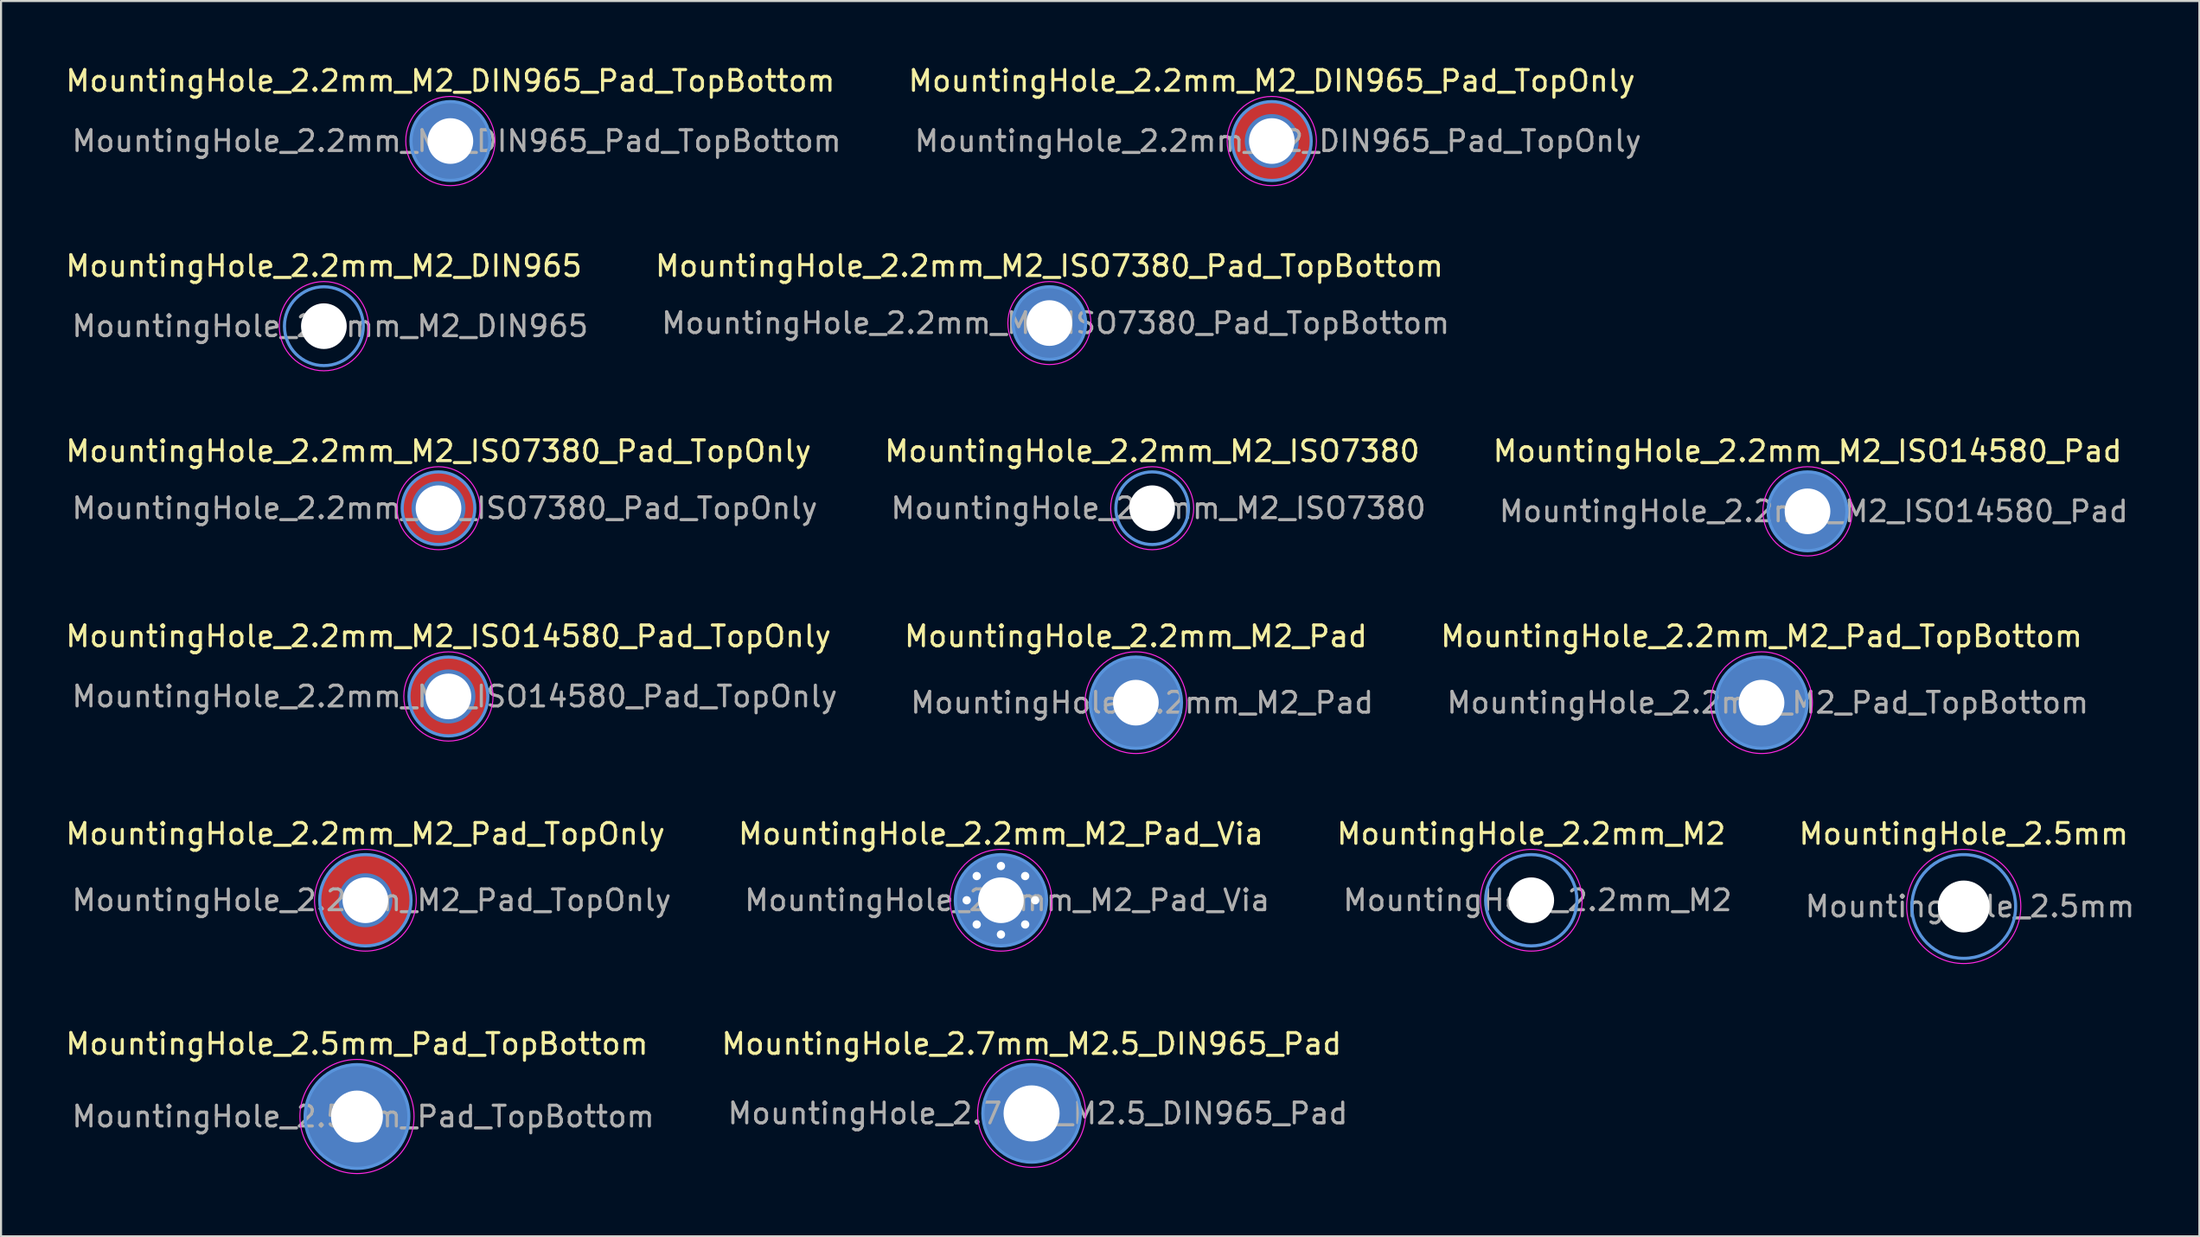
<source format=kicad_pcb>
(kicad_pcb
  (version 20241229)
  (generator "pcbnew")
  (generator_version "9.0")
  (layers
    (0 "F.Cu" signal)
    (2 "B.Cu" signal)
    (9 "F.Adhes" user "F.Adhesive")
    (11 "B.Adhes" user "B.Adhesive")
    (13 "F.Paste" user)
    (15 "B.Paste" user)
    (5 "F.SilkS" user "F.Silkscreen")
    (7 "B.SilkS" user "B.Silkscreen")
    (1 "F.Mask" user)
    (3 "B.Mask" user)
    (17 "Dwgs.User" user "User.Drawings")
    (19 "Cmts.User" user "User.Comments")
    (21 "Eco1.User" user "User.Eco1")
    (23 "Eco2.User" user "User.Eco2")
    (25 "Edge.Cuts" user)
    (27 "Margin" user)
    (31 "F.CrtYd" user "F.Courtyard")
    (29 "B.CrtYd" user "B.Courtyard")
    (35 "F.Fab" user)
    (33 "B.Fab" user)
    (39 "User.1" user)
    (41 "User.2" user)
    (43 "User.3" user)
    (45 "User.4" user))
  (footprint "MountingHole_2.2mm_M2_Pad"
    (layer "F.Cu")
    (at 51.675 30.818)
    (property "Reference" "MountingHole_2.2mm_M2_Pad" (at 0 -3.2 0) (layer "F.SilkS") (effects (font (size 1 1) (thickness 0.15))))
    (attr exclude_from_pos_files exclude_from_bom)
    (fp_circle (center 0 0) (end 2.2 0) (stroke (width 0.15) (type solid)) (fill no) (layer "Cmts.User"))
    (fp_circle (center 0 0) (end 2.45 0) (stroke (width 0.05) (type solid)) (fill no) (layer "F.CrtYd"))
    (fp_text user "${REFERENCE}" (at 0.3 0 0) (layer "F.Fab") (effects (font (size 1 1) (thickness 0.15))))
    (pad "1" thru_hole circle (at 0 0) (size 4.4 4.4) (drill 2.2) (layers "*.Cu" "*.Mask")))
  (footprint "MountingHole_2.2mm_M2_ISO14580_Pad"
    (layer "F.Cu")
    (at 84.035 21.595)
    (property "Reference" "MountingHole_2.2mm_M2_ISO14580_Pad" (at 0 -2.9 0) (layer "F.SilkS") (effects (font (size 1 1) (thickness 0.15))))
    (attr exclude_from_pos_files exclude_from_bom)
    (fp_circle (center 0 0) (end 1.9 0) (stroke (width 0.15) (type solid)) (fill no) (layer "Cmts.User"))
    (fp_circle (center 0 0) (end 2.15 0) (stroke (width 0.05) (type solid)) (fill no) (layer "F.CrtYd"))
    (fp_text user "${REFERENCE}" (at 0.3 0 0) (layer "F.Fab") (effects (font (size 1 1) (thickness 0.15))))
    (pad "1" thru_hole circle (at 0 0) (size 3.8 3.8) (drill 2.2) (layers "*.Cu" "*.Mask")))
  (footprint "MountingHole_2.2mm_M2_Pad_Via"
    (layer "F.Cu")
    (at 45.175 40.341)
    (property "Reference" "MountingHole_2.2mm_M2_Pad_Via" (at 0 -3.2 0) (layer "F.SilkS") (effects (font (size 1 1) (thickness 0.15))))
    (attr exclude_from_pos_files exclude_from_bom)
    (fp_circle (center 0 0) (end 2.2 0) (stroke (width 0.15) (type solid)) (fill no) (layer "Cmts.User"))
    (fp_circle (center 0 0) (end 2.45 0) (stroke (width 0.05) (type solid)) (fill no) (layer "F.CrtYd"))
    (fp_text user "${REFERENCE}" (at 0.3 0 0) (layer "F.Fab") (effects (font (size 1 1) (thickness 0.15))))
    (pad "1" thru_hole circle (at -1.65 0) (size 0.7 0.7) (drill 0.4) (layers "*.Cu" "*.Mask"))
    (pad "1" thru_hole circle (at -1.167 -1.167) (size 0.7 0.7) (drill 0.4) (layers "*.Cu" "*.Mask"))
    (pad "1" thru_hole circle (at -1.167 1.167) (size 0.7 0.7) (drill 0.4) (layers "*.Cu" "*.Mask"))
    (pad "1" thru_hole circle (at 0 -1.65) (size 0.7 0.7) (drill 0.4) (layers "*.Cu" "*.Mask"))
    (pad "1" thru_hole circle (at 0 0) (size 4.4 4.4) (drill 2.2) (layers "*.Cu" "*.Mask"))
    (pad "1" thru_hole circle (at 0 1.65) (size 0.7 0.7) (drill 0.4) (layers "*.Cu" "*.Mask"))
    (pad "1" thru_hole circle (at 1.167 -1.167) (size 0.7 0.7) (drill 0.4) (layers "*.Cu" "*.Mask"))
    (pad "1" thru_hole circle (at 1.167 1.167) (size 0.7 0.7) (drill 0.4) (layers "*.Cu" "*.Mask"))
    (pad "1" thru_hole circle (at 1.65 0) (size 0.7 0.7) (drill 0.4) (layers "*.Cu" "*.Mask")))
  (footprint "MountingHole_2.2mm_M2_Pad_TopOnly"
    (layer "F.Cu")
    (at 14.554 40.341)
    (property "Reference" "MountingHole_2.2mm_M2_Pad_TopOnly" (at 0 -3.2 0) (layer "F.SilkS") (effects (font (size 1 1) (thickness 0.15))))
    (attr exclude_from_pos_files exclude_from_bom)
    (fp_circle (center 0 0) (end 2.2 0) (stroke (width 0.15) (type solid)) (fill no) (layer "Cmts.User"))
    (fp_circle (center 0 0) (end 2.45 0) (stroke (width 0.05) (type solid)) (fill no) (layer "F.CrtYd"))
    (fp_text user "${REFERENCE}" (at 0.3 0 0) (layer "F.Fab") (effects (font (size 1 1) (thickness 0.15))))
    (pad "1" thru_hole circle (at 0 0) (size 2.6 2.6) (drill 2.2) (layers "*.Cu" "*.Mask"))
    (pad "1" connect circle (at 0 0) (size 4.4 4.4) (layers "F.Cu" "F.Mask")))
  (footprint "MountingHole_2.5mm_Pad_TopBottom"
    (layer "F.Cu")
    (at 14.149 50.764)
    (property "Reference" "MountingHole_2.5mm_Pad_TopBottom" (at 0 -3.5 0) (layer "F.SilkS") (effects (font (size 1 1) (thickness 0.15))))
    (attr exclude_from_pos_files exclude_from_bom)
    (fp_circle (center 0 0) (end 2.5 0) (stroke (width 0.15) (type solid)) (fill no) (layer "Cmts.User"))
    (fp_circle (center 0 0) (end 2.75 0) (stroke (width 0.05) (type solid)) (fill no) (layer "F.CrtYd"))
    (fp_text user "${REFERENCE}" (at 0.3 0 0) (layer "F.Fab") (effects (font (size 1 1) (thickness 0.15))))
    (pad "1" thru_hole circle (at 0 0) (size 2.9 2.9) (drill 2.5) (layers "*.Cu" "*.Mask"))
    (pad "1" connect circle (at 0 0) (size 5 5) (layers "F.Cu" "F.Mask"))
    (pad "1" connect circle (at 0 0) (size 5 5) (layers "B.Cu" "B.Mask")))
  (footprint "MountingHole_2.5mm"
    (layer "F.Cu")
    (at 91.561 40.641)
    (property "Reference" "MountingHole_2.5mm" (at 0 -3.5 0) (layer "F.SilkS") (effects (font (size 1 1) (thickness 0.15))))
    (attr exclude_from_pos_files exclude_from_bom)
    (fp_circle (center 0 0) (end 2.5 0) (stroke (width 0.15) (type solid)) (fill no) (layer "Cmts.User"))
    (fp_circle (center 0 0) (end 2.75 0) (stroke (width 0.05) (type solid)) (fill no) (layer "F.CrtYd"))
    (fp_text user "${REFERENCE}" (at 0.3 0 0) (layer "F.Fab") (effects (font (size 1 1) (thickness 0.15))))
    (pad "" np_thru_hole circle (at 0 0) (size 2.5 2.5) (drill 2.5) (layers "*.Cu" "*.Mask")))
  (footprint "MountingHole_2.2mm_M2_Pad_TopBottom"
    (layer "F.Cu")
    (at 81.82 30.818)
    (property "Reference" "MountingHole_2.2mm_M2_Pad_TopBottom" (at 0 -3.2 0) (layer "F.SilkS") (effects (font (size 1 1) (thickness 0.15))))
    (attr exclude_from_pos_files exclude_from_bom)
    (fp_circle (center 0 0) (end 2.2 0) (stroke (width 0.15) (type solid)) (fill no) (layer "Cmts.User"))
    (fp_circle (center 0 0) (end 2.45 0) (stroke (width 0.05) (type solid)) (fill no) (layer "F.CrtYd"))
    (fp_text user "${REFERENCE}" (at 0.3 0 0) (layer "F.Fab") (effects (font (size 1 1) (thickness 0.15))))
    (pad "1" thru_hole circle (at 0 0) (size 2.6 2.6) (drill 2.2) (layers "*.Cu" "*.Mask"))
    (pad "1" connect circle (at 0 0) (size 4.4 4.4) (layers "F.Cu" "F.Mask"))
    (pad "1" connect circle (at 0 0) (size 4.4 4.4) (layers "B.Cu" "B.Mask")))
  (footprint "MountingHole_2.2mm_M2_DIN965_Pad_TopBottom"
    (layer "F.Cu")
    (at 18.649 3.748)
    (property "Reference" "MountingHole_2.2mm_M2_DIN965_Pad_TopBottom" (at 0 -2.9 0) (layer "F.SilkS") (effects (font (size 1 1) (thickness 0.15))))
    (attr exclude_from_pos_files exclude_from_bom)
    (fp_circle (center 0 0) (end 1.9 0) (stroke (width 0.15) (type solid)) (fill no) (layer "Cmts.User"))
    (fp_circle (center 0 0) (end 2.15 0) (stroke (width 0.05) (type solid)) (fill no) (layer "F.CrtYd"))
    (fp_text user "${REFERENCE}" (at 0.3 0 0) (layer "F.Fab") (effects (font (size 1 1) (thickness 0.15))))
    (pad "1" thru_hole circle (at 0 0) (size 2.6 2.6) (drill 2.2) (layers "*.Cu" "*.Mask"))
    (pad "1" connect circle (at 0 0) (size 3.8 3.8) (layers "F.Cu" "F.Mask"))
    (pad "1" connect circle (at 0 0) (size 3.8 3.8) (layers "B.Cu" "B.Mask")))
  (footprint "MountingHole_2.2mm_M2_ISO7380_Pad_TopBottom"
    (layer "F.Cu")
    (at 47.508 12.521)
    (property "Reference" "MountingHole_2.2mm_M2_ISO7380_Pad_TopBottom" (at 0 -2.75 0) (layer "F.SilkS") (effects (font (size 1 1) (thickness 0.15))))
    (attr exclude_from_pos_files exclude_from_bom)
    (fp_circle (center 0 0) (end 1.75 0) (stroke (width 0.15) (type solid)) (fill no) (layer "Cmts.User"))
    (fp_circle (center 0 0) (end 2 0) (stroke (width 0.05) (type solid)) (fill no) (layer "F.CrtYd"))
    (fp_text user "${REFERENCE}" (at 0.3 0 0) (layer "F.Fab") (effects (font (size 1 1) (thickness 0.15))))
    (pad "1" thru_hole circle (at 0 0) (size 2.6 2.6) (drill 2.2) (layers "*.Cu" "*.Mask"))
    (pad "1" connect circle (at 0 0) (size 3.5 3.5) (layers "F.Cu" "F.Mask"))
    (pad "1" connect circle (at 0 0) (size 3.5 3.5) (layers "B.Cu" "B.Mask")))
  (footprint "MountingHole_2.2mm_M2"
    (layer "F.Cu")
    (at 70.725 40.341)
    (property "Reference" "MountingHole_2.2mm_M2" (at 0 -3.2 0) (layer "F.SilkS") (effects (font (size 1 1) (thickness 0.15))))
    (attr exclude_from_pos_files exclude_from_bom)
    (fp_circle (center 0 0) (end 2.2 0) (stroke (width 0.15) (type solid)) (fill no) (layer "Cmts.User"))
    (fp_circle (center 0 0) (end 2.45 0) (stroke (width 0.05) (type solid)) (fill no) (layer "F.CrtYd"))
    (fp_text user "${REFERENCE}" (at 0.3 0 0) (layer "F.Fab") (effects (font (size 1 1) (thickness 0.15))))
    (pad "" np_thru_hole circle (at 0 0) (size 2.2 2.2) (drill 2.2) (layers "*.Cu" "*.Mask")))
  (footprint "MountingHole_2.2mm_M2_DIN965_Pad_TopOnly"
    (layer "F.Cu")
    (at 58.223 3.748)
    (property "Reference" "MountingHole_2.2mm_M2_DIN965_Pad_TopOnly" (at 0 -2.9 0) (layer "F.SilkS") (effects (font (size 1 1) (thickness 0.15))))
    (attr exclude_from_pos_files exclude_from_bom)
    (fp_circle (center 0 0) (end 1.9 0) (stroke (width 0.15) (type solid)) (fill no) (layer "Cmts.User"))
    (fp_circle (center 0 0) (end 2.15 0) (stroke (width 0.05) (type solid)) (fill no) (layer "F.CrtYd"))
    (fp_text user "${REFERENCE}" (at 0.3 0 0) (layer "F.Fab") (effects (font (size 1 1) (thickness 0.15))))
    (pad "1" thru_hole circle (at 0 0) (size 2.6 2.6) (drill 2.2) (layers "*.Cu" "*.Mask"))
    (pad "1" connect circle (at 0 0) (size 3.8 3.8) (layers "F.Cu" "F.Mask")))
  (footprint "MountingHole_2.2mm_M2_ISO14580_Pad_TopOnly"
    (layer "F.Cu")
    (at 18.554 30.518)
    (property "Reference" "MountingHole_2.2mm_M2_ISO14580_Pad_TopOnly" (at 0 -2.9 0) (layer "F.SilkS") (effects (font (size 1 1) (thickness 0.15))))
    (attr exclude_from_pos_files exclude_from_bom)
    (fp_circle (center 0 0) (end 1.9 0) (stroke (width 0.15) (type solid)) (fill no) (layer "Cmts.User"))
    (fp_circle (center 0 0) (end 2.15 0) (stroke (width 0.05) (type solid)) (fill no) (layer "F.CrtYd"))
    (fp_text user "${REFERENCE}" (at 0.3 0 0) (layer "F.Fab") (effects (font (size 1 1) (thickness 0.15))))
    (pad "1" thru_hole circle (at 0 0) (size 2.6 2.6) (drill 2.2) (layers "*.Cu" "*.Mask"))
    (pad "1" connect circle (at 0 0) (size 3.8 3.8) (layers "F.Cu" "F.Mask")))
  (footprint "MountingHole_2.7mm_M2.5_DIN965_Pad"
    (layer "F.Cu")
    (at 46.651 50.614)
    (property "Reference" "MountingHole_2.7mm_M2.5_DIN965_Pad" (at 0 -3.35 0) (layer "F.SilkS") (effects (font (size 1 1) (thickness 0.15))))
    (attr exclude_from_pos_files exclude_from_bom)
    (fp_circle (center 0 0) (end 2.35 0) (stroke (width 0.15) (type solid)) (fill no) (layer "Cmts.User"))
    (fp_circle (center 0 0) (end 2.6 0) (stroke (width 0.05) (type solid)) (fill no) (layer "F.CrtYd"))
    (fp_text user "${REFERENCE}" (at 0.3 0 0) (layer "F.Fab") (effects (font (size 1 1) (thickness 0.15))))
    (pad "1" thru_hole circle (at 0 0) (size 4.7 4.7) (drill 2.7) (layers "*.Cu" "*.Mask")))
  (footprint "MountingHole_2.2mm_M2_ISO7380_Pad_TopOnly"
    (layer "F.Cu")
    (at 18.077 21.445)
    (property "Reference" "MountingHole_2.2mm_M2_ISO7380_Pad_TopOnly" (at 0 -2.75 0) (layer "F.SilkS") (effects (font (size 1 1) (thickness 0.15))))
    (attr exclude_from_pos_files exclude_from_bom)
    (fp_circle (center 0 0) (end 1.75 0) (stroke (width 0.15) (type solid)) (fill no) (layer "Cmts.User"))
    (fp_circle (center 0 0) (end 2 0) (stroke (width 0.05) (type solid)) (fill no) (layer "F.CrtYd"))
    (fp_text user "${REFERENCE}" (at 0.3 0 0) (layer "F.Fab") (effects (font (size 1 1) (thickness 0.15))))
    (pad "1" thru_hole circle (at 0 0) (size 2.6 2.6) (drill 2.2) (layers "*.Cu" "*.Mask"))
    (pad "1" connect circle (at 0 0) (size 3.5 3.5) (layers "F.Cu" "F.Mask")))
  (footprint "MountingHole_2.2mm_M2_DIN965"
    (layer "F.Cu")
    (at 12.554 12.671)
    (property "Reference" "MountingHole_2.2mm_M2_DIN965" (at 0 -2.9 0) (layer "F.SilkS") (effects (font (size 1 1) (thickness 0.15))))
    (attr exclude_from_pos_files exclude_from_bom)
    (fp_circle (center 0 0) (end 1.9 0) (stroke (width 0.15) (type solid)) (fill no) (layer "Cmts.User"))
    (fp_circle (center 0 0) (end 2.15 0) (stroke (width 0.05) (type solid)) (fill no) (layer "F.CrtYd"))
    (fp_text user "${REFERENCE}" (at 0.3 0 0) (layer "F.Fab") (effects (font (size 1 1) (thickness 0.15))))
    (pad "" np_thru_hole circle (at 0 0) (size 2.2 2.2) (drill 2.2) (layers "*.Cu" "*.Mask")))
  (footprint "MountingHole_2.2mm_M2_ISO7380"
    (layer "F.Cu")
    (at 52.461 21.445)
    (property "Reference" "MountingHole_2.2mm_M2_ISO7380" (at 0 -2.75 0) (layer "F.SilkS") (effects (font (size 1 1) (thickness 0.15))))
    (attr exclude_from_pos_files exclude_from_bom)
    (fp_circle (center 0 0) (end 1.75 0) (stroke (width 0.15) (type solid)) (fill no) (layer "Cmts.User"))
    (fp_circle (center 0 0) (end 2 0) (stroke (width 0.05) (type solid)) (fill no) (layer "F.CrtYd"))
    (fp_text user "${REFERENCE}" (at 0.3 0 0) (layer "F.Fab") (effects (font (size 1 1) (thickness 0.15))))
    (pad "" np_thru_hole circle (at 0 0) (size 2.2 2.2) (drill 2.2) (layers "*.Cu" "*.Mask")))
  (gr_rect
    (start -3 -3)
    (end 102.914 56.539)
    (stroke (width 0.1) (type default))
    (fill no)
    (layer "Edge.Cuts")))
</source>
